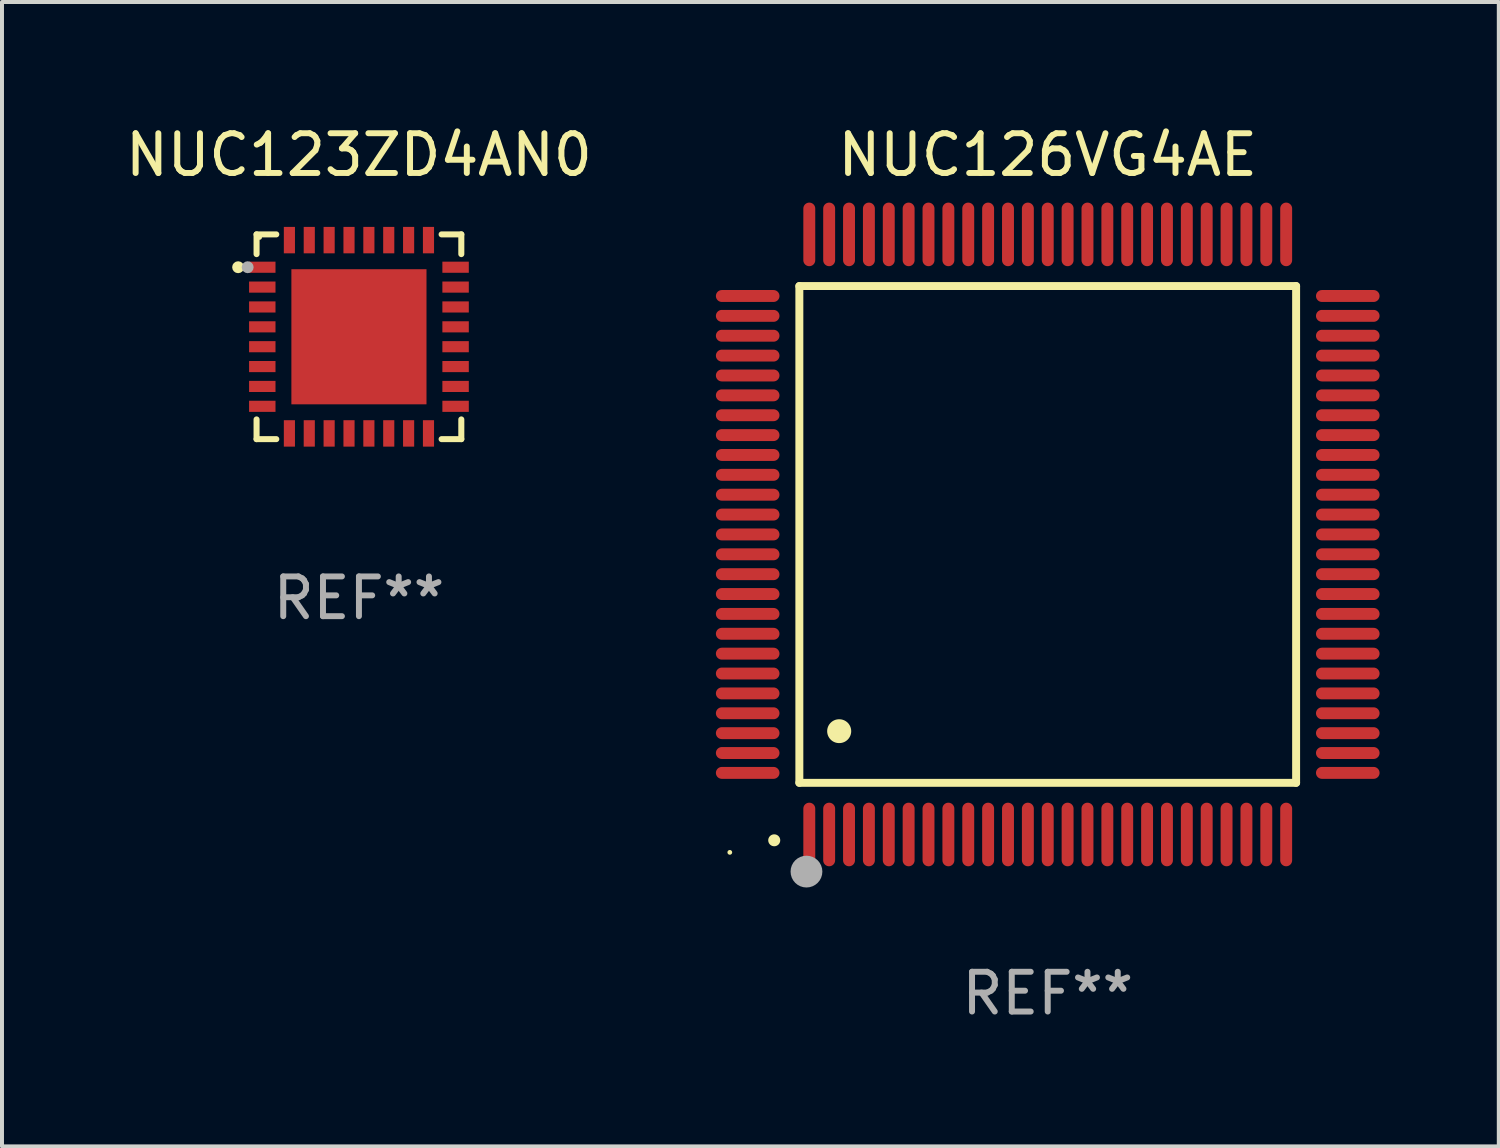
<source format=kicad_pcb>
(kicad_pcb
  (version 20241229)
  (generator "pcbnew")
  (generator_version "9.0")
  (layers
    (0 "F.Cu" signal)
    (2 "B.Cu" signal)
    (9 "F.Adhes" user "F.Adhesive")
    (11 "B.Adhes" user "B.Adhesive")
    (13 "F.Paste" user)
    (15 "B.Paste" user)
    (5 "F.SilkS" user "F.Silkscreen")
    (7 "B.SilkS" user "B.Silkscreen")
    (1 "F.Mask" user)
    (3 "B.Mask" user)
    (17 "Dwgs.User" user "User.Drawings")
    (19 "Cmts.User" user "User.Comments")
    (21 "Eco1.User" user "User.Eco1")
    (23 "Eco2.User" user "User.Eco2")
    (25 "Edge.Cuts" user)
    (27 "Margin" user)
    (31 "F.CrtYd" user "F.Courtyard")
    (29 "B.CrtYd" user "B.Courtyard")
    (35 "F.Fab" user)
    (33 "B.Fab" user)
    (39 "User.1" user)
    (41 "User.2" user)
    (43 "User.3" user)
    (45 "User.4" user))
  (footprint "NUC123ZD4AN0"
    (layer "F.Cu")
    (at 5.982 5.424)
    (property "Reference" "NUC123ZD4AN0" (at 0 -4.576 0) (layer "F.SilkS") (effects (font (size 1 1) (thickness 0.15))))
    (attr through_hole)
    (fp_line (start -2.576 -2.576) (end -2.576 -2.08) (stroke (width 0.152) (type solid)) (layer "F.SilkS"))
    (fp_line (start -2.576 2.576) (end -2.576 2.08) (stroke (width 0.152) (type solid)) (layer "F.SilkS"))
    (fp_line (start -2.08 -2.576) (end -2.576 -2.576) (stroke (width 0.152) (type solid)) (layer "F.SilkS"))
    (fp_line (start -2.08 2.576) (end -2.576 2.576) (stroke (width 0.152) (type solid)) (layer "F.SilkS"))
    (fp_line (start 2.08 -2.576) (end 2.576 -2.576) (stroke (width 0.152) (type solid)) (layer "F.SilkS"))
    (fp_line (start 2.08 2.576) (end 2.576 2.576) (stroke (width 0.152) (type solid)) (layer "F.SilkS"))
    (fp_line (start 2.576 -2.576) (end 2.576 -2.08) (stroke (width 0.152) (type solid)) (layer "F.SilkS"))
    (fp_line (start 2.576 2.576) (end 2.576 2.08) (stroke (width 0.152) (type solid)) (layer "F.SilkS"))
    (fp_circle (center -3.04 -1.75) (end -2.965 -1.75) (stroke (width 0.15) (type solid)) (fill no) (layer "F.SilkS"))
    (fp_circle (center -2.5 -2.5) (end -2.47 -2.5) (stroke (width 0.06) (type solid)) (fill no) (layer "F.SilkS"))
    (fp_circle (center -2.8 -1.75) (end -2.725 -1.75) (stroke (width 0.15) (type solid)) (fill no) (layer "F.Fab"))
    (fp_text user "REF**" (at 0 6.576 0) (layer "F.Fab") (effects (font (size 1 1) (thickness 0.15))))
    (pad "1" smd rect (at -2.432 -1.75) (size 0.665 0.28) (layers "F.Cu" "F.Mask" "F.Paste"))
    (pad "2" smd rect (at -2.432 -1.25) (size 0.665 0.28) (layers "F.Cu" "F.Mask" "F.Paste"))
    (pad "3" smd rect (at -2.432 -0.75) (size 0.665 0.28) (layers "F.Cu" "F.Mask" "F.Paste"))
    (pad "4" smd rect (at -2.432 -0.25) (size 0.665 0.28) (layers "F.Cu" "F.Mask" "F.Paste"))
    (pad "5" smd rect (at -2.432 0.25) (size 0.665 0.28) (layers "F.Cu" "F.Mask" "F.Paste"))
    (pad "6" smd rect (at -2.432 0.75) (size 0.665 0.28) (layers "F.Cu" "F.Mask" "F.Paste"))
    (pad "7" smd rect (at -2.432 1.25) (size 0.665 0.28) (layers "F.Cu" "F.Mask" "F.Paste"))
    (pad "8" smd rect (at -2.432 1.75) (size 0.665 0.28) (layers "F.Cu" "F.Mask" "F.Paste"))
    (pad "9" smd rect (at -1.75 2.432) (size 0.28 0.665) (layers "F.Cu" "F.Mask" "F.Paste"))
    (pad "10" smd rect (at -1.25 2.432) (size 0.28 0.665) (layers "F.Cu" "F.Mask" "F.Paste"))
    (pad "11" smd rect (at -0.75 2.432) (size 0.28 0.665) (layers "F.Cu" "F.Mask" "F.Paste"))
    (pad "12" smd rect (at -0.25 2.432) (size 0.28 0.665) (layers "F.Cu" "F.Mask" "F.Paste"))
    (pad "13" smd rect (at 0.25 2.432) (size 0.28 0.665) (layers "F.Cu" "F.Mask" "F.Paste"))
    (pad "14" smd rect (at 0.75 2.432) (size 0.28 0.665) (layers "F.Cu" "F.Mask" "F.Paste"))
    (pad "15" smd rect (at 1.25 2.432) (size 0.28 0.665) (layers "F.Cu" "F.Mask" "F.Paste"))
    (pad "16" smd rect (at 1.75 2.432) (size 0.28 0.665) (layers "F.Cu" "F.Mask" "F.Paste"))
    (pad "17" smd rect (at 2.432 1.75) (size 0.665 0.28) (layers "F.Cu" "F.Mask" "F.Paste"))
    (pad "18" smd rect (at 2.432 1.25) (size 0.665 0.28) (layers "F.Cu" "F.Mask" "F.Paste"))
    (pad "19" smd rect (at 2.432 0.75) (size 0.665 0.28) (layers "F.Cu" "F.Mask" "F.Paste"))
    (pad "20" smd rect (at 2.432 0.25) (size 0.665 0.28) (layers "F.Cu" "F.Mask" "F.Paste"))
    (pad "21" smd rect (at 2.432 -0.25) (size 0.665 0.28) (layers "F.Cu" "F.Mask" "F.Paste"))
    (pad "22" smd rect (at 2.432 -0.75) (size 0.665 0.28) (layers "F.Cu" "F.Mask" "F.Paste"))
    (pad "23" smd rect (at 2.432 -1.25) (size 0.665 0.28) (layers "F.Cu" "F.Mask" "F.Paste"))
    (pad "24" smd rect (at 2.432 -1.75) (size 0.665 0.28) (layers "F.Cu" "F.Mask" "F.Paste"))
    (pad "25" smd rect (at 1.75 -2.432) (size 0.28 0.665) (layers "F.Cu" "F.Mask" "F.Paste"))
    (pad "26" smd rect (at 1.25 -2.432) (size 0.28 0.665) (layers "F.Cu" "F.Mask" "F.Paste"))
    (pad "27" smd rect (at 0.75 -2.432) (size 0.28 0.665) (layers "F.Cu" "F.Mask" "F.Paste"))
    (pad "28" smd rect (at 0.25 -2.432) (size 0.28 0.665) (layers "F.Cu" "F.Mask" "F.Paste"))
    (pad "29" smd rect (at -0.25 -2.432) (size 0.28 0.665) (layers "F.Cu" "F.Mask" "F.Paste"))
    (pad "30" smd rect (at -0.75 -2.432) (size 0.28 0.665) (layers "F.Cu" "F.Mask" "F.Paste"))
    (pad "31" smd rect (at -1.25 -2.432) (size 0.28 0.665) (layers "F.Cu" "F.Mask" "F.Paste"))
    (pad "32" smd rect (at -1.75 -2.432) (size 0.28 0.665) (layers "F.Cu" "F.Mask" "F.Paste"))
    (pad "33" smd rect (at 0 0) (size 3.4 3.4) (layers "F.Cu" "F.Mask" "F.Paste")))
  (footprint "NUC126VG4AE"
    (layer "F.Cu")
    (at 23.314 10.398)
    (property "Reference" "NUC126VG4AE" (at 0 -9.55 0) (layer "F.SilkS") (effects (font (size 1 1) (thickness 0.15))))
    (attr through_hole)
    (fp_line (start -6.25 -6.25) (end -6.25 6.25) (stroke (width 0.2) (type solid)) (layer "F.SilkS"))
    (fp_line (start -6.25 6.25) (end 6.25 6.25) (stroke (width 0.2) (type solid)) (layer "F.SilkS"))
    (fp_line (start 6.25 -6.25) (end -6.25 -6.25) (stroke (width 0.2) (type solid)) (layer "F.SilkS"))
    (fp_line (start 6.25 6.25) (end 6.25 -6.25) (stroke (width 0.2) (type solid)) (layer "F.SilkS"))
    (fp_arc (start -6.883414 7.696215) (mid -6.882144 7.69621) (end -6.880874 7.696215) (stroke (width 0.3) (type solid)) (layer "F.SilkS"))
    (fp_arc (start -5.250191 4.95047) (mid -5.247651 4.950459) (end -5.245111 4.95047) (stroke (width 0.6) (type solid)) (layer "F.SilkS"))
    (fp_circle (center -8 8) (end -7.97 8) (stroke (width 0.06) (type solid)) (fill no) (layer "F.SilkS"))
    (fp_circle (center -6.071 8.484) (end -5.871 8.484) (stroke (width 0.4) (type solid)) (fill no) (layer "F.Fab"))
    (fp_text user "REF**" (at 0 11.55 0) (layer "F.Fab") (effects (font (size 1 1) (thickness 0.15))))
    (pad "1" smd oval (at -6 7.55) (size 0.3 1.6) (layers "F.Cu" "F.Mask" "F.Paste"))
    (pad "2" smd oval (at -5.5 7.55) (size 0.3 1.6) (layers "F.Cu" "F.Mask" "F.Paste"))
    (pad "3" smd oval (at -5 7.55) (size 0.3 1.6) (layers "F.Cu" "F.Mask" "F.Paste"))
    (pad "4" smd oval (at -4.5 7.55) (size 0.3 1.6) (layers "F.Cu" "F.Mask" "F.Paste"))
    (pad "5" smd oval (at -4 7.55) (size 0.3 1.6) (layers "F.Cu" "F.Mask" "F.Paste"))
    (pad "6" smd oval (at -3.5 7.55) (size 0.3 1.6) (layers "F.Cu" "F.Mask" "F.Paste"))
    (pad "7" smd oval (at -3 7.55) (size 0.3 1.6) (layers "F.Cu" "F.Mask" "F.Paste"))
    (pad "8" smd oval (at -2.5 7.55) (size 0.3 1.6) (layers "F.Cu" "F.Mask" "F.Paste"))
    (pad "9" smd oval (at -2 7.55) (size 0.3 1.6) (layers "F.Cu" "F.Mask" "F.Paste"))
    (pad "10" smd oval (at -1.5 7.55) (size 0.3 1.6) (layers "F.Cu" "F.Mask" "F.Paste"))
    (pad "11" smd oval (at -1 7.55) (size 0.3 1.6) (layers "F.Cu" "F.Mask" "F.Paste"))
    (pad "12" smd oval (at -0.5 7.55) (size 0.3 1.6) (layers "F.Cu" "F.Mask" "F.Paste"))
    (pad "13" smd oval (at 0 7.55) (size 0.3 1.6) (layers "F.Cu" "F.Mask" "F.Paste"))
    (pad "14" smd oval (at 0.5 7.55) (size 0.3 1.6) (layers "F.Cu" "F.Mask" "F.Paste"))
    (pad "15" smd oval (at 1 7.55) (size 0.3 1.6) (layers "F.Cu" "F.Mask" "F.Paste"))
    (pad "16" smd oval (at 1.5 7.55) (size 0.3 1.6) (layers "F.Cu" "F.Mask" "F.Paste"))
    (pad "17" smd oval (at 2 7.55) (size 0.3 1.6) (layers "F.Cu" "F.Mask" "F.Paste"))
    (pad "18" smd oval (at 2.5 7.55) (size 0.3 1.6) (layers "F.Cu" "F.Mask" "F.Paste"))
    (pad "19" smd oval (at 3 7.55) (size 0.3 1.6) (layers "F.Cu" "F.Mask" "F.Paste"))
    (pad "20" smd oval (at 3.5 7.55) (size 0.3 1.6) (layers "F.Cu" "F.Mask" "F.Paste"))
    (pad "21" smd oval (at 4 7.55) (size 0.3 1.6) (layers "F.Cu" "F.Mask" "F.Paste"))
    (pad "22" smd oval (at 4.5 7.55) (size 0.3 1.6) (layers "F.Cu" "F.Mask" "F.Paste"))
    (pad "23" smd oval (at 5 7.55) (size 0.3 1.6) (layers "F.Cu" "F.Mask" "F.Paste"))
    (pad "24" smd oval (at 5.5 7.55) (size 0.3 1.6) (layers "F.Cu" "F.Mask" "F.Paste"))
    (pad "25" smd oval (at 6 7.55) (size 0.3 1.6) (layers "F.Cu" "F.Mask" "F.Paste"))
    (pad "26" smd oval (at 7.55 6) (size 1.6 0.3) (layers "F.Cu" "F.Mask" "F.Paste"))
    (pad "27" smd oval (at 7.55 5.5) (size 1.6 0.3) (layers "F.Cu" "F.Mask" "F.Paste"))
    (pad "28" smd oval (at 7.55 5) (size 1.6 0.3) (layers "F.Cu" "F.Mask" "F.Paste"))
    (pad "29" smd oval (at 7.55 4.5) (size 1.6 0.3) (layers "F.Cu" "F.Mask" "F.Paste"))
    (pad "30" smd oval (at 7.55 4) (size 1.6 0.3) (layers "F.Cu" "F.Mask" "F.Paste"))
    (pad "31" smd oval (at 7.55 3.5) (size 1.6 0.3) (layers "F.Cu" "F.Mask" "F.Paste"))
    (pad "32" smd oval (at 7.55 3) (size 1.6 0.3) (layers "F.Cu" "F.Mask" "F.Paste"))
    (pad "33" smd oval (at 7.55 2.5) (size 1.6 0.3) (layers "F.Cu" "F.Mask" "F.Paste"))
    (pad "34" smd oval (at 7.55 2) (size 1.6 0.3) (layers "F.Cu" "F.Mask" "F.Paste"))
    (pad "35" smd oval (at 7.55 1.5) (size 1.6 0.3) (layers "F.Cu" "F.Mask" "F.Paste"))
    (pad "36" smd oval (at 7.55 1) (size 1.6 0.3) (layers "F.Cu" "F.Mask" "F.Paste"))
    (pad "37" smd oval (at 7.55 0.5) (size 1.6 0.3) (layers "F.Cu" "F.Mask" "F.Paste"))
    (pad "38" smd oval (at 7.55 0) (size 1.6 0.3) (layers "F.Cu" "F.Mask" "F.Paste"))
    (pad "39" smd oval (at 7.55 -0.5) (size 1.6 0.3) (layers "F.Cu" "F.Mask" "F.Paste"))
    (pad "40" smd oval (at 7.55 -1) (size 1.6 0.3) (layers "F.Cu" "F.Mask" "F.Paste"))
    (pad "41" smd oval (at 7.55 -1.5) (size 1.6 0.3) (layers "F.Cu" "F.Mask" "F.Paste"))
    (pad "42" smd oval (at 7.55 -2) (size 1.6 0.3) (layers "F.Cu" "F.Mask" "F.Paste"))
    (pad "43" smd oval (at 7.55 -2.5) (size 1.6 0.3) (layers "F.Cu" "F.Mask" "F.Paste"))
    (pad "44" smd oval (at 7.55 -3) (size 1.6 0.3) (layers "F.Cu" "F.Mask" "F.Paste"))
    (pad "45" smd oval (at 7.55 -3.5) (size 1.6 0.3) (layers "F.Cu" "F.Mask" "F.Paste"))
    (pad "46" smd oval (at 7.55 -4) (size 1.6 0.3) (layers "F.Cu" "F.Mask" "F.Paste"))
    (pad "47" smd oval (at 7.55 -4.5) (size 1.6 0.3) (layers "F.Cu" "F.Mask" "F.Paste"))
    (pad "48" smd oval (at 7.55 -5) (size 1.6 0.3) (layers "F.Cu" "F.Mask" "F.Paste"))
    (pad "49" smd oval (at 7.55 -5.5) (size 1.6 0.3) (layers "F.Cu" "F.Mask" "F.Paste"))
    (pad "50" smd oval (at 7.55 -6) (size 1.6 0.3) (layers "F.Cu" "F.Mask" "F.Paste"))
    (pad "51" smd oval (at 6 -7.55) (size 0.3 1.6) (layers "F.Cu" "F.Mask" "F.Paste"))
    (pad "52" smd oval (at 5.5 -7.55) (size 0.3 1.6) (layers "F.Cu" "F.Mask" "F.Paste"))
    (pad "53" smd oval (at 5 -7.55) (size 0.3 1.6) (layers "F.Cu" "F.Mask" "F.Paste"))
    (pad "54" smd oval (at 4.5 -7.55) (size 0.3 1.6) (layers "F.Cu" "F.Mask" "F.Paste"))
    (pad "55" smd oval (at 4 -7.55) (size 0.3 1.6) (layers "F.Cu" "F.Mask" "F.Paste"))
    (pad "56" smd oval (at 3.5 -7.55) (size 0.3 1.6) (layers "F.Cu" "F.Mask" "F.Paste"))
    (pad "57" smd oval (at 3 -7.55) (size 0.3 1.6) (layers "F.Cu" "F.Mask" "F.Paste"))
    (pad "58" smd oval (at 2.5 -7.55) (size 0.3 1.6) (layers "F.Cu" "F.Mask" "F.Paste"))
    (pad "59" smd oval (at 2 -7.55) (size 0.3 1.6) (layers "F.Cu" "F.Mask" "F.Paste"))
    (pad "60" smd oval (at 1.5 -7.55) (size 0.3 1.6) (layers "F.Cu" "F.Mask" "F.Paste"))
    (pad "61" smd oval (at 1 -7.55) (size 0.3 1.6) (layers "F.Cu" "F.Mask" "F.Paste"))
    (pad "62" smd oval (at 0.5 -7.55) (size 0.3 1.6) (layers "F.Cu" "F.Mask" "F.Paste"))
    (pad "63" smd oval (at 0 -7.55) (size 0.3 1.6) (layers "F.Cu" "F.Mask" "F.Paste"))
    (pad "64" smd oval (at -0.5 -7.55) (size 0.3 1.6) (layers "F.Cu" "F.Mask" "F.Paste"))
    (pad "65" smd oval (at -1 -7.55) (size 0.3 1.6) (layers "F.Cu" "F.Mask" "F.Paste"))
    (pad "66" smd oval (at -1.5 -7.55) (size 0.3 1.6) (layers "F.Cu" "F.Mask" "F.Paste"))
    (pad "67" smd oval (at -2 -7.55) (size 0.3 1.6) (layers "F.Cu" "F.Mask" "F.Paste"))
    (pad "68" smd oval (at -2.5 -7.55) (size 0.3 1.6) (layers "F.Cu" "F.Mask" "F.Paste"))
    (pad "69" smd oval (at -3 -7.55) (size 0.3 1.6) (layers "F.Cu" "F.Mask" "F.Paste"))
    (pad "70" smd oval (at -3.5 -7.55) (size 0.3 1.6) (layers "F.Cu" "F.Mask" "F.Paste"))
    (pad "71" smd oval (at -4 -7.55) (size 0.3 1.6) (layers "F.Cu" "F.Mask" "F.Paste"))
    (pad "72" smd oval (at -4.5 -7.55) (size 0.3 1.6) (layers "F.Cu" "F.Mask" "F.Paste"))
    (pad "73" smd oval (at -5 -7.55) (size 0.3 1.6) (layers "F.Cu" "F.Mask" "F.Paste"))
    (pad "74" smd oval (at -5.5 -7.55) (size 0.3 1.6) (layers "F.Cu" "F.Mask" "F.Paste"))
    (pad "75" smd oval (at -6 -7.55) (size 0.3 1.6) (layers "F.Cu" "F.Mask" "F.Paste"))
    (pad "76" smd oval (at -7.55 -6) (size 1.6 0.3) (layers "F.Cu" "F.Mask" "F.Paste"))
    (pad "77" smd oval (at -7.55 -5.5) (size 1.6 0.3) (layers "F.Cu" "F.Mask" "F.Paste"))
    (pad "78" smd oval (at -7.55 -5) (size 1.6 0.3) (layers "F.Cu" "F.Mask" "F.Paste"))
    (pad "79" smd oval (at -7.55 -4.5) (size 1.6 0.3) (layers "F.Cu" "F.Mask" "F.Paste"))
    (pad "80" smd oval (at -7.55 -4) (size 1.6 0.3) (layers "F.Cu" "F.Mask" "F.Paste"))
    (pad "81" smd oval (at -7.55 -3.5) (size 1.6 0.3) (layers "F.Cu" "F.Mask" "F.Paste"))
    (pad "82" smd oval (at -7.55 -3) (size 1.6 0.3) (layers "F.Cu" "F.Mask" "F.Paste"))
    (pad "83" smd oval (at -7.55 -2.5) (size 1.6 0.3) (layers "F.Cu" "F.Mask" "F.Paste"))
    (pad "84" smd oval (at -7.55 -2) (size 1.6 0.3) (layers "F.Cu" "F.Mask" "F.Paste"))
    (pad "85" smd oval (at -7.55 -1.5) (size 1.6 0.3) (layers "F.Cu" "F.Mask" "F.Paste"))
    (pad "86" smd oval (at -7.55 -1) (size 1.6 0.3) (layers "F.Cu" "F.Mask" "F.Paste"))
    (pad "87" smd oval (at -7.55 -0.5) (size 1.6 0.3) (layers "F.Cu" "F.Mask" "F.Paste"))
    (pad "88" smd oval (at -7.55 0) (size 1.6 0.3) (layers "F.Cu" "F.Mask" "F.Paste"))
    (pad "89" smd oval (at -7.55 0.5) (size 1.6 0.3) (layers "F.Cu" "F.Mask" "F.Paste"))
    (pad "90" smd oval (at -7.55 1) (size 1.6 0.3) (layers "F.Cu" "F.Mask" "F.Paste"))
    (pad "91" smd oval (at -7.55 1.5) (size 1.6 0.3) (layers "F.Cu" "F.Mask" "F.Paste"))
    (pad "92" smd oval (at -7.55 2) (size 1.6 0.3) (layers "F.Cu" "F.Mask" "F.Paste"))
    (pad "93" smd oval (at -7.55 2.5) (size 1.6 0.3) (layers "F.Cu" "F.Mask" "F.Paste"))
    (pad "94" smd oval (at -7.55 3) (size 1.6 0.3) (layers "F.Cu" "F.Mask" "F.Paste"))
    (pad "95" smd oval (at -7.55 3.5) (size 1.6 0.3) (layers "F.Cu" "F.Mask" "F.Paste"))
    (pad "96" smd oval (at -7.55 4) (size 1.6 0.3) (layers "F.Cu" "F.Mask" "F.Paste"))
    (pad "97" smd oval (at -7.55 4.5) (size 1.6 0.3) (layers "F.Cu" "F.Mask" "F.Paste"))
    (pad "98" smd oval (at -7.55 5) (size 1.6 0.3) (layers "F.Cu" "F.Mask" "F.Paste"))
    (pad "99" smd oval (at -7.55 5.5) (size 1.6 0.3) (layers "F.Cu" "F.Mask" "F.Paste"))
    (pad "100" smd oval (at -7.55 6) (size 1.6 0.3) (layers "F.Cu" "F.Mask" "F.Paste")))
  (gr_rect
    (start -3 -3)
    (end 34.664 25.796)
    (stroke (width 0.1) (type default))
    (fill no)
    (layer "Edge.Cuts")))
</source>
